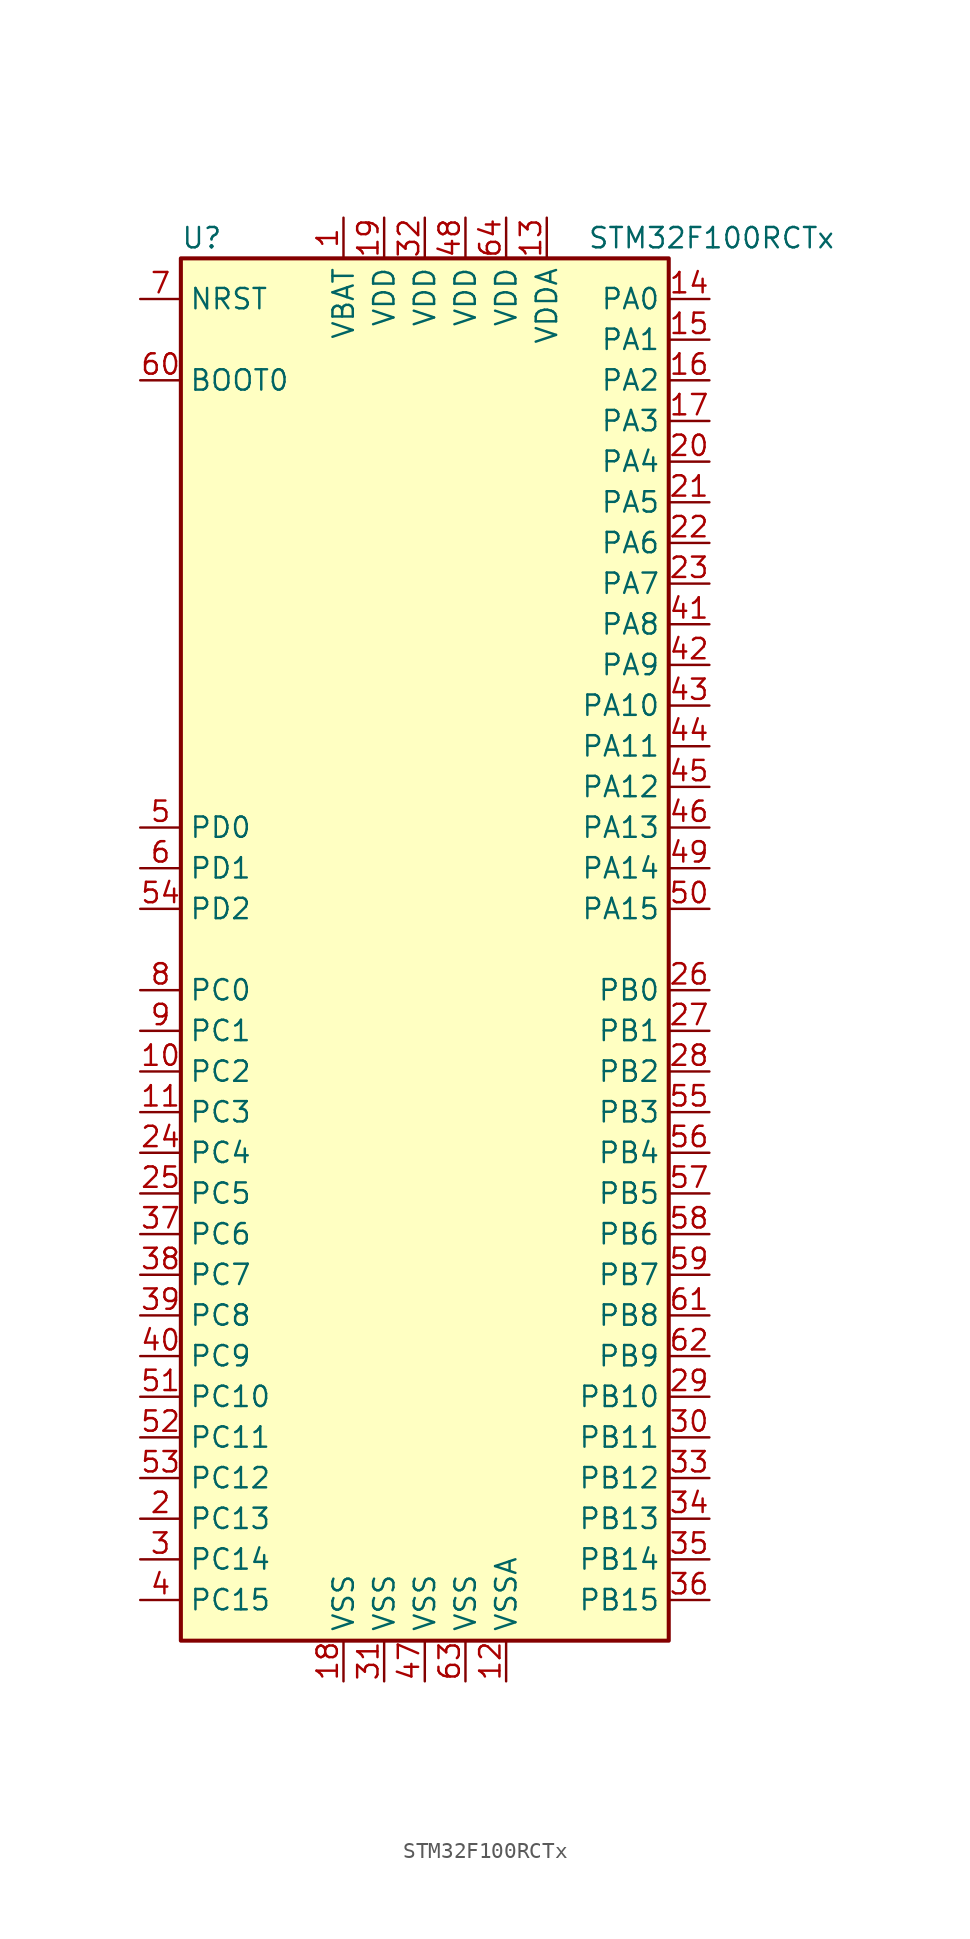
<source format=kicad_sym>
(kicad_symbol_lib
  (version 20201005)
  (generator kicad_symbol_editor)
  (symbol "STM32F100RCTx"
    (property "Reference" "U"
      (at -15.24 44.45 0)
      (effects (font (size 1.27 1.27)) (justify left)))
    (property "Value" "STM32F100RCTx"
      (at 10.16 44.45 0)
      (effects (font (size 1.27 1.27)) (justify left)))
    (symbol "STM32F100RCTx_0_1"
      (rectangle (start -15.24 -43.18) (end 15.24 43.18) (stroke (width 0.254)) (fill (type background))))
    (symbol "STM32F100RCTx_1_1"
      (pin power_in line (at -5.08 45.72 270) (length 2.54) (name "VBAT" (effects (font (size 1.27 1.27)))) (number "1" (effects (font (size 1.27 1.27)))))
      (pin bidirectional line (at -17.78 -7.62 0) (length 2.54) (name "PC2" (effects (font (size 1.27 1.27)))) (number "10" (effects (font (size 1.27 1.27)))))
      (pin bidirectional line (at -17.78 -10.16 0) (length 2.54) (name "PC3" (effects (font (size 1.27 1.27)))) (number "11" (effects (font (size 1.27 1.27)))))
      (pin power_in line (at 5.08 -45.72 90) (length 2.54) (name "VSSA" (effects (font (size 1.27 1.27)))) (number "12" (effects (font (size 1.27 1.27)))))
      (pin power_in line (at 7.62 45.72 270) (length 2.54) (name "VDDA" (effects (font (size 1.27 1.27)))) (number "13" (effects (font (size 1.27 1.27)))))
      (pin bidirectional line (at 17.78 40.64 180) (length 2.54) (name "PA0" (effects (font (size 1.27 1.27)))) (number "14" (effects (font (size 1.27 1.27)))))
      (pin bidirectional line (at 17.78 38.1 180) (length 2.54) (name "PA1" (effects (font (size 1.27 1.27)))) (number "15" (effects (font (size 1.27 1.27)))))
      (pin bidirectional line (at 17.78 35.56 180) (length 2.54) (name "PA2" (effects (font (size 1.27 1.27)))) (number "16" (effects (font (size 1.27 1.27)))))
      (pin bidirectional line (at 17.78 33.02 180) (length 2.54) (name "PA3" (effects (font (size 1.27 1.27)))) (number "17" (effects (font (size 1.27 1.27)))))
      (pin power_in line (at -5.08 -45.72 90) (length 2.54) (name "VSS" (effects (font (size 1.27 1.27)))) (number "18" (effects (font (size 1.27 1.27)))))
      (pin power_in line (at -2.54 45.72 270) (length 2.54) (name "VDD" (effects (font (size 1.27 1.27)))) (number "19" (effects (font (size 1.27 1.27)))))
      (pin bidirectional line (at -17.78 -35.56 0) (length 2.54) (name "PC13" (effects (font (size 1.27 1.27)))) (number "2" (effects (font (size 1.27 1.27)))))
      (pin bidirectional line (at 17.78 30.48 180) (length 2.54) (name "PA4" (effects (font (size 1.27 1.27)))) (number "20" (effects (font (size 1.27 1.27)))))
      (pin bidirectional line (at 17.78 27.94 180) (length 2.54) (name "PA5" (effects (font (size 1.27 1.27)))) (number "21" (effects (font (size 1.27 1.27)))))
      (pin bidirectional line (at 17.78 25.4 180) (length 2.54) (name "PA6" (effects (font (size 1.27 1.27)))) (number "22" (effects (font (size 1.27 1.27)))))
      (pin bidirectional line (at 17.78 22.86 180) (length 2.54) (name "PA7" (effects (font (size 1.27 1.27)))) (number "23" (effects (font (size 1.27 1.27)))))
      (pin bidirectional line (at -17.78 -12.7 0) (length 2.54) (name "PC4" (effects (font (size 1.27 1.27)))) (number "24" (effects (font (size 1.27 1.27)))))
      (pin bidirectional line (at -17.78 -15.24 0) (length 2.54) (name "PC5" (effects (font (size 1.27 1.27)))) (number "25" (effects (font (size 1.27 1.27)))))
      (pin bidirectional line (at 17.78 -2.54 180) (length 2.54) (name "PB0" (effects (font (size 1.27 1.27)))) (number "26" (effects (font (size 1.27 1.27)))))
      (pin bidirectional line (at 17.78 -5.08 180) (length 2.54) (name "PB1" (effects (font (size 1.27 1.27)))) (number "27" (effects (font (size 1.27 1.27)))))
      (pin bidirectional line (at 17.78 -7.62 180) (length 2.54) (name "PB2" (effects (font (size 1.27 1.27)))) (number "28" (effects (font (size 1.27 1.27)))))
      (pin bidirectional line (at 17.78 -27.94 180) (length 2.54) (name "PB10" (effects (font (size 1.27 1.27)))) (number "29" (effects (font (size 1.27 1.27)))))
      (pin bidirectional line (at -17.78 -38.1 0) (length 2.54) (name "PC14" (effects (font (size 1.27 1.27)))) (number "3" (effects (font (size 1.27 1.27)))))
      (pin bidirectional line (at 17.78 -30.48 180) (length 2.54) (name "PB11" (effects (font (size 1.27 1.27)))) (number "30" (effects (font (size 1.27 1.27)))))
      (pin power_in line (at -2.54 -45.72 90) (length 2.54) (name "VSS" (effects (font (size 1.27 1.27)))) (number "31" (effects (font (size 1.27 1.27)))))
      (pin power_in line (at 0 45.72 270) (length 2.54) (name "VDD" (effects (font (size 1.27 1.27)))) (number "32" (effects (font (size 1.27 1.27)))))
      (pin bidirectional line (at 17.78 -33.02 180) (length 2.54) (name "PB12" (effects (font (size 1.27 1.27)))) (number "33" (effects (font (size 1.27 1.27)))))
      (pin bidirectional line (at 17.78 -35.56 180) (length 2.54) (name "PB13" (effects (font (size 1.27 1.27)))) (number "34" (effects (font (size 1.27 1.27)))))
      (pin bidirectional line (at 17.78 -38.1 180) (length 2.54) (name "PB14" (effects (font (size 1.27 1.27)))) (number "35" (effects (font (size 1.27 1.27)))))
      (pin bidirectional line (at 17.78 -40.64 180) (length 2.54) (name "PB15" (effects (font (size 1.27 1.27)))) (number "36" (effects (font (size 1.27 1.27)))))
      (pin bidirectional line (at -17.78 -17.78 0) (length 2.54) (name "PC6" (effects (font (size 1.27 1.27)))) (number "37" (effects (font (size 1.27 1.27)))))
      (pin bidirectional line (at -17.78 -20.32 0) (length 2.54) (name "PC7" (effects (font (size 1.27 1.27)))) (number "38" (effects (font (size 1.27 1.27)))))
      (pin bidirectional line (at -17.78 -22.86 0) (length 2.54) (name "PC8" (effects (font (size 1.27 1.27)))) (number "39" (effects (font (size 1.27 1.27)))))
      (pin bidirectional line (at -17.78 -40.64 0) (length 2.54) (name "PC15" (effects (font (size 1.27 1.27)))) (number "4" (effects (font (size 1.27 1.27)))))
      (pin bidirectional line (at -17.78 -25.4 0) (length 2.54) (name "PC9" (effects (font (size 1.27 1.27)))) (number "40" (effects (font (size 1.27 1.27)))))
      (pin bidirectional line (at 17.78 20.32 180) (length 2.54) (name "PA8" (effects (font (size 1.27 1.27)))) (number "41" (effects (font (size 1.27 1.27)))))
      (pin bidirectional line (at 17.78 17.78 180) (length 2.54) (name "PA9" (effects (font (size 1.27 1.27)))) (number "42" (effects (font (size 1.27 1.27)))))
      (pin bidirectional line (at 17.78 15.24 180) (length 2.54) (name "PA10" (effects (font (size 1.27 1.27)))) (number "43" (effects (font (size 1.27 1.27)))))
      (pin bidirectional line (at 17.78 12.7 180) (length 2.54) (name "PA11" (effects (font (size 1.27 1.27)))) (number "44" (effects (font (size 1.27 1.27)))))
      (pin bidirectional line (at 17.78 10.16 180) (length 2.54) (name "PA12" (effects (font (size 1.27 1.27)))) (number "45" (effects (font (size 1.27 1.27)))))
      (pin bidirectional line (at 17.78 7.62 180) (length 2.54) (name "PA13" (effects (font (size 1.27 1.27)))) (number "46" (effects (font (size 1.27 1.27)))))
      (pin power_in line (at 0 -45.72 90) (length 2.54) (name "VSS" (effects (font (size 1.27 1.27)))) (number "47" (effects (font (size 1.27 1.27)))))
      (pin power_in line (at 2.54 45.72 270) (length 2.54) (name "VDD" (effects (font (size 1.27 1.27)))) (number "48" (effects (font (size 1.27 1.27)))))
      (pin bidirectional line (at 17.78 5.08 180) (length 2.54) (name "PA14" (effects (font (size 1.27 1.27)))) (number "49" (effects (font (size 1.27 1.27)))))
      (pin input line (at -17.78 7.62 0) (length 2.54) (name "PD0" (effects (font (size 1.27 1.27)))) (number "5" (effects (font (size 1.27 1.27)))))
      (pin bidirectional line (at 17.78 2.54 180) (length 2.54) (name "PA15" (effects (font (size 1.27 1.27)))) (number "50" (effects (font (size 1.27 1.27)))))
      (pin bidirectional line (at -17.78 -27.94 0) (length 2.54) (name "PC10" (effects (font (size 1.27 1.27)))) (number "51" (effects (font (size 1.27 1.27)))))
      (pin bidirectional line (at -17.78 -30.48 0) (length 2.54) (name "PC11" (effects (font (size 1.27 1.27)))) (number "52" (effects (font (size 1.27 1.27)))))
      (pin bidirectional line (at -17.78 -33.02 0) (length 2.54) (name "PC12" (effects (font (size 1.27 1.27)))) (number "53" (effects (font (size 1.27 1.27)))))
      (pin bidirectional line (at -17.78 2.54 0) (length 2.54) (name "PD2" (effects (font (size 1.27 1.27)))) (number "54" (effects (font (size 1.27 1.27)))))
      (pin bidirectional line (at 17.78 -10.16 180) (length 2.54) (name "PB3" (effects (font (size 1.27 1.27)))) (number "55" (effects (font (size 1.27 1.27)))))
      (pin bidirectional line (at 17.78 -12.7 180) (length 2.54) (name "PB4" (effects (font (size 1.27 1.27)))) (number "56" (effects (font (size 1.27 1.27)))))
      (pin bidirectional line (at 17.78 -15.24 180) (length 2.54) (name "PB5" (effects (font (size 1.27 1.27)))) (number "57" (effects (font (size 1.27 1.27)))))
      (pin bidirectional line (at 17.78 -17.78 180) (length 2.54) (name "PB6" (effects (font (size 1.27 1.27)))) (number "58" (effects (font (size 1.27 1.27)))))
      (pin bidirectional line (at 17.78 -20.32 180) (length 2.54) (name "PB7" (effects (font (size 1.27 1.27)))) (number "59" (effects (font (size 1.27 1.27)))))
      (pin input line (at -17.78 5.08 0) (length 2.54) (name "PD1" (effects (font (size 1.27 1.27)))) (number "6" (effects (font (size 1.27 1.27)))))
      (pin input line (at -17.78 35.56 0) (length 2.54) (name "BOOT0" (effects (font (size 1.27 1.27)))) (number "60" (effects (font (size 1.27 1.27)))))
      (pin bidirectional line (at 17.78 -22.86 180) (length 2.54) (name "PB8" (effects (font (size 1.27 1.27)))) (number "61" (effects (font (size 1.27 1.27)))))
      (pin bidirectional line (at 17.78 -25.4 180) (length 2.54) (name "PB9" (effects (font (size 1.27 1.27)))) (number "62" (effects (font (size 1.27 1.27)))))
      (pin power_in line (at 2.54 -45.72 90) (length 2.54) (name "VSS" (effects (font (size 1.27 1.27)))) (number "63" (effects (font (size 1.27 1.27)))))
      (pin power_in line (at 5.08 45.72 270) (length 2.54) (name "VDD" (effects (font (size 1.27 1.27)))) (number "64" (effects (font (size 1.27 1.27)))))
      (pin input line (at -17.78 40.64 0) (length 2.54) (name "NRST" (effects (font (size 1.27 1.27)))) (number "7" (effects (font (size 1.27 1.27)))))
      (pin bidirectional line (at -17.78 -2.54 0) (length 2.54) (name "PC0" (effects (font (size 1.27 1.27)))) (number "8" (effects (font (size 1.27 1.27)))))
      (pin bidirectional line (at -17.78 -5.08 0) (length 2.54) (name "PC1" (effects (font (size 1.27 1.27)))) (number "9" (effects (font (size 1.27 1.27))))))))
</source>
